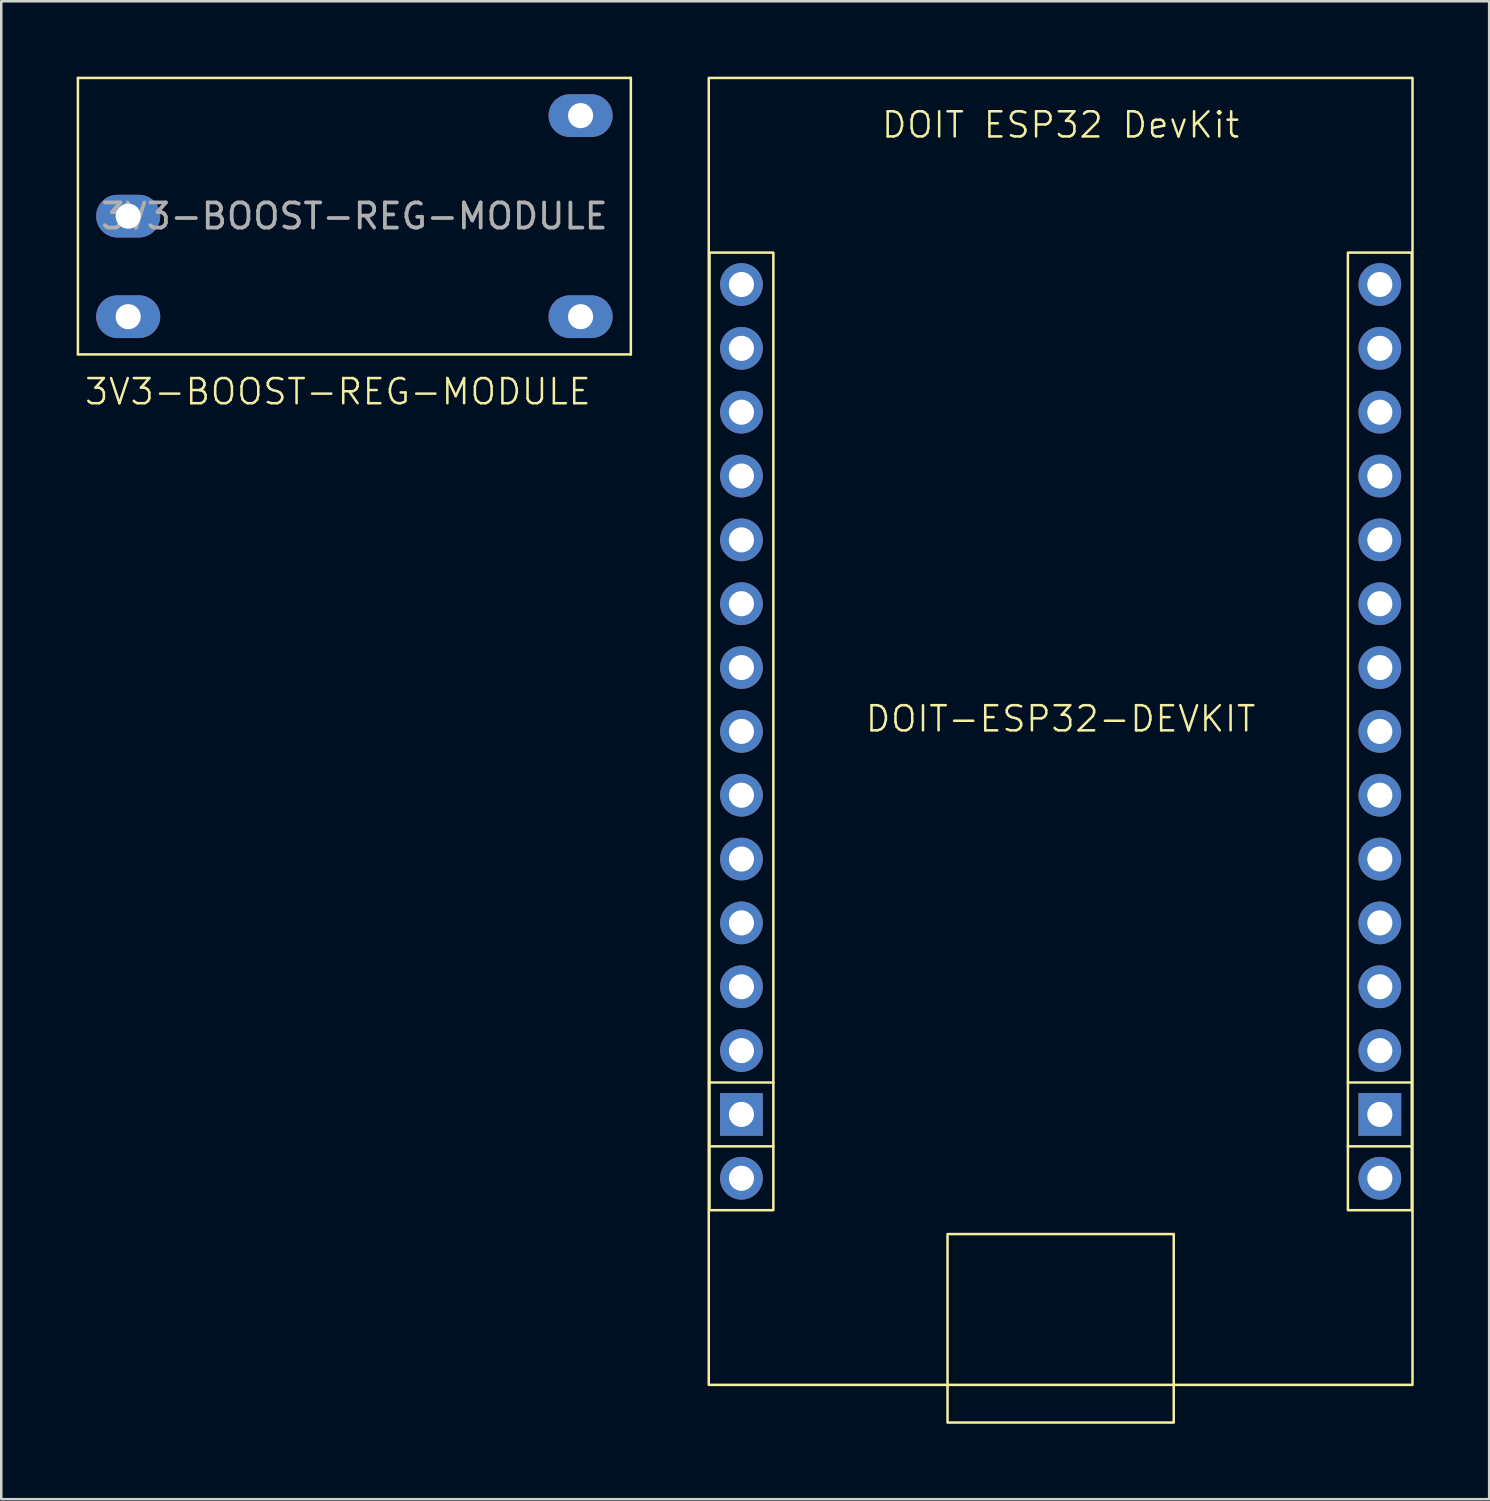
<source format=kicad_pcb>
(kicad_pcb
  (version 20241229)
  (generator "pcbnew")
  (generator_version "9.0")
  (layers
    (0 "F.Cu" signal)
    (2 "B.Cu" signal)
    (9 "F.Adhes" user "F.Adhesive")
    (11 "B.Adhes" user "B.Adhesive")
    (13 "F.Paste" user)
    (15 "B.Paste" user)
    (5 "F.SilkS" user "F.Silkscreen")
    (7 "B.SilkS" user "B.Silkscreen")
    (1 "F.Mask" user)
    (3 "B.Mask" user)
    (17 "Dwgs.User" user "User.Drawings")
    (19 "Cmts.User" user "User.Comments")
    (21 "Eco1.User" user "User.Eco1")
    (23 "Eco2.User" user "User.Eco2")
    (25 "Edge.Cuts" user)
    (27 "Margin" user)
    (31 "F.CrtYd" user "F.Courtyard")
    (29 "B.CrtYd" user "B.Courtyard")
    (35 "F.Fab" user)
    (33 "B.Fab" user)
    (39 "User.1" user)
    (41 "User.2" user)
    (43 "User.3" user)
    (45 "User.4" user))
  (footprint "DOIT-ESP32-DEVKIT"
    (layer "F.Cu")
    (at 39.15 26.05)
    (property "Reference" "DOIT-ESP32-DEVKIT" (at 0 -0.5 0) (unlocked yes) (layer "F.SilkS") (effects (font (size 1 1) (thickness 0.1))))
    (attr through_hole)
    (fp_line (start -13.97 13.97) (end -11.43 13.97) (stroke (width 0.1) (type default)) (layer "F.SilkS"))
    (fp_line (start -13.97 16.51) (end -11.43 16.51) (stroke (width 0.1) (type default)) (layer "F.SilkS"))
    (fp_line (start 11.43 13.97) (end 13.97 13.97) (stroke (width 0.1) (type default)) (layer "F.SilkS"))
    (fp_line (start 11.43 16.51) (end 13.97 16.51) (stroke (width 0.1) (type default)) (layer "F.SilkS"))
    (fp_rect (start -14 -26) (end 14 26) (stroke (width 0.1) (type default)) (fill no) (layer "F.SilkS"))
    (fp_rect (start -13.97 -19.05) (end -11.43 19.05) (stroke (width 0.1) (type default)) (fill no) (layer "F.SilkS"))
    (fp_rect (start -4.5 20) (end 4.5 27.5) (stroke (width 0.1) (type default)) (fill no) (layer "F.SilkS"))
    (fp_rect (start 11.43 -19.05) (end 13.97 19.05) (stroke (width 0.1) (type default)) (fill no) (layer "F.SilkS"))
    (fp_text user "DOIT ESP32 DevKit" (at 0 -24.13 0) (unlocked yes) (layer "F.SilkS") (effects (font (size 1 1) (thickness 0.1))))
    (pad "1" thru_hole circle (at -12.7 -17.78) (size 1.7 1.7) (drill 1) (layers "*.Cu" "*.Mask"))
    (pad "2" thru_hole circle (at -12.7 -15.24) (size 1.7 1.7) (drill 1) (layers "*.Cu" "*.Mask"))
    (pad "3" thru_hole circle (at -12.7 -12.7) (size 1.7 1.7) (drill 1) (layers "*.Cu" "*.Mask"))
    (pad "4" thru_hole circle (at -12.7 -10.16) (size 1.7 1.7) (drill 1) (layers "*.Cu" "*.Mask"))
    (pad "5" thru_hole circle (at -12.7 -7.62) (size 1.7 1.7) (drill 1) (layers "*.Cu" "*.Mask"))
    (pad "6" thru_hole circle (at -12.7 -5.08) (size 1.7 1.7) (drill 1) (layers "*.Cu" "*.Mask"))
    (pad "7" thru_hole circle (at -12.7 -2.54) (size 1.7 1.7) (drill 1) (layers "*.Cu" "*.Mask"))
    (pad "8" thru_hole circle (at -12.7 0) (size 1.7 1.7) (drill 1) (layers "*.Cu" "*.Mask"))
    (pad "9" thru_hole circle (at -12.7 2.54) (size 1.7 1.7) (drill 1) (layers "*.Cu" "*.Mask"))
    (pad "10" thru_hole circle (at -12.7 5.08) (size 1.7 1.7) (drill 1) (layers "*.Cu" "*.Mask"))
    (pad "11" thru_hole circle (at -12.7 7.62) (size 1.7 1.7) (drill 1) (layers "*.Cu" "*.Mask"))
    (pad "12" thru_hole circle (at -12.7 10.16) (size 1.7 1.7) (drill 1) (layers "*.Cu" "*.Mask"))
    (pad "13" thru_hole circle (at -12.7 12.7) (size 1.7 1.7) (drill 1) (layers "*.Cu" "*.Mask"))
    (pad "14" thru_hole rect (at -12.7 15.24) (size 1.7 1.7) (drill 1) (layers "*.Cu" "*.Mask"))
    (pad "15" thru_hole circle (at -12.7 17.78) (size 1.7 1.7) (drill 1) (layers "*.Cu" "*.Mask"))
    (pad "16" thru_hole circle (at 12.7 -17.78) (size 1.7 1.7) (drill 1) (layers "*.Cu" "*.Mask"))
    (pad "17" thru_hole circle (at 12.7 -15.24) (size 1.7 1.7) (drill 1) (layers "*.Cu" "*.Mask"))
    (pad "18" thru_hole circle (at 12.7 -12.7) (size 1.7 1.7) (drill 1) (layers "*.Cu" "*.Mask"))
    (pad "19" thru_hole circle (at 12.7 -10.16) (size 1.7 1.7) (drill 1) (layers "*.Cu" "*.Mask"))
    (pad "20" thru_hole circle (at 12.7 -7.62) (size 1.7 1.7) (drill 1) (layers "*.Cu" "*.Mask"))
    (pad "21" thru_hole circle (at 12.7 -5.08) (size 1.7 1.7) (drill 1) (layers "*.Cu" "*.Mask"))
    (pad "22" thru_hole circle (at 12.7 -2.54) (size 1.7 1.7) (drill 1) (layers "*.Cu" "*.Mask"))
    (pad "23" thru_hole circle (at 12.7 0) (size 1.7 1.7) (drill 1) (layers "*.Cu" "*.Mask"))
    (pad "24" thru_hole circle (at 12.7 2.54) (size 1.7 1.7) (drill 1) (layers "*.Cu" "*.Mask"))
    (pad "25" thru_hole circle (at 12.7 5.08) (size 1.7 1.7) (drill 1) (layers "*.Cu" "*.Mask"))
    (pad "26" thru_hole circle (at 12.7 7.62) (size 1.7 1.7) (drill 1) (layers "*.Cu" "*.Mask"))
    (pad "27" thru_hole circle (at 12.7 10.16) (size 1.7 1.7) (drill 1) (layers "*.Cu" "*.Mask"))
    (pad "28" thru_hole circle (at 12.7 12.7) (size 1.7 1.7) (drill 1) (layers "*.Cu" "*.Mask"))
    (pad "29" thru_hole rect (at 12.7 15.24) (size 1.7 1.7) (drill 1) (layers "*.Cu" "*.Mask"))
    (pad "30" thru_hole circle (at 12.7 17.78) (size 1.7 1.7) (drill 1) (layers "*.Cu" "*.Mask")))
  (footprint "3V3-BOOST-REG-MODULE"
    (layer "F.Cu")
    (at 11.05 5.55)
    (property "Reference" "3V3-BOOST-REG-MODULE" (at -10.795 6.985 0) (unlocked yes) (layer "F.SilkS") (effects (font (size 1 1) (thickness 0.1)) (justify left)))
    (attr through_hole)
    (fp_line (start -11 5.5) (end -11 -5.5) (stroke (width 0.1) (type default)) (layer "F.SilkS"))
    (fp_line (start -11 5.5) (end 11 5.5) (stroke (width 0.1) (type default)) (layer "F.SilkS"))
    (fp_line (start 11 -5.5) (end -11 -5.5) (stroke (width 0.1) (type default)) (layer "F.SilkS"))
    (fp_line (start 11 -5.5) (end 11 5.5) (stroke (width 0.1) (type default)) (layer "F.SilkS"))
    (fp_text user "${REFERENCE}" (at 0 0 0) (unlocked yes) (layer "F.Fab") (effects (font (size 1 1) (thickness 0.15))))
    (pad "1" thru_hole oval (at -9 0) (size 2.55 1.7) (drill 1) (layers "*.Cu" "*.Mask"))
    (pad "2" thru_hole oval (at -9 4) (size 2.55 1.7) (drill 1) (layers "*.Cu" "*.Mask"))
    (pad "3" thru_hole oval (at 9 -4) (size 2.55 1.7) (drill 1) (layers "*.Cu" "*.Mask"))
    (pad "4" thru_hole oval (at 9 4) (size 2.55 1.7) (drill 1) (layers "*.Cu" "*.Mask")))
  (gr_rect
    (start -3 -3)
    (end 56.2 56.6)
    (stroke (width 0.1) (type default))
    (fill no)
    (layer "Edge.Cuts")))
</source>
